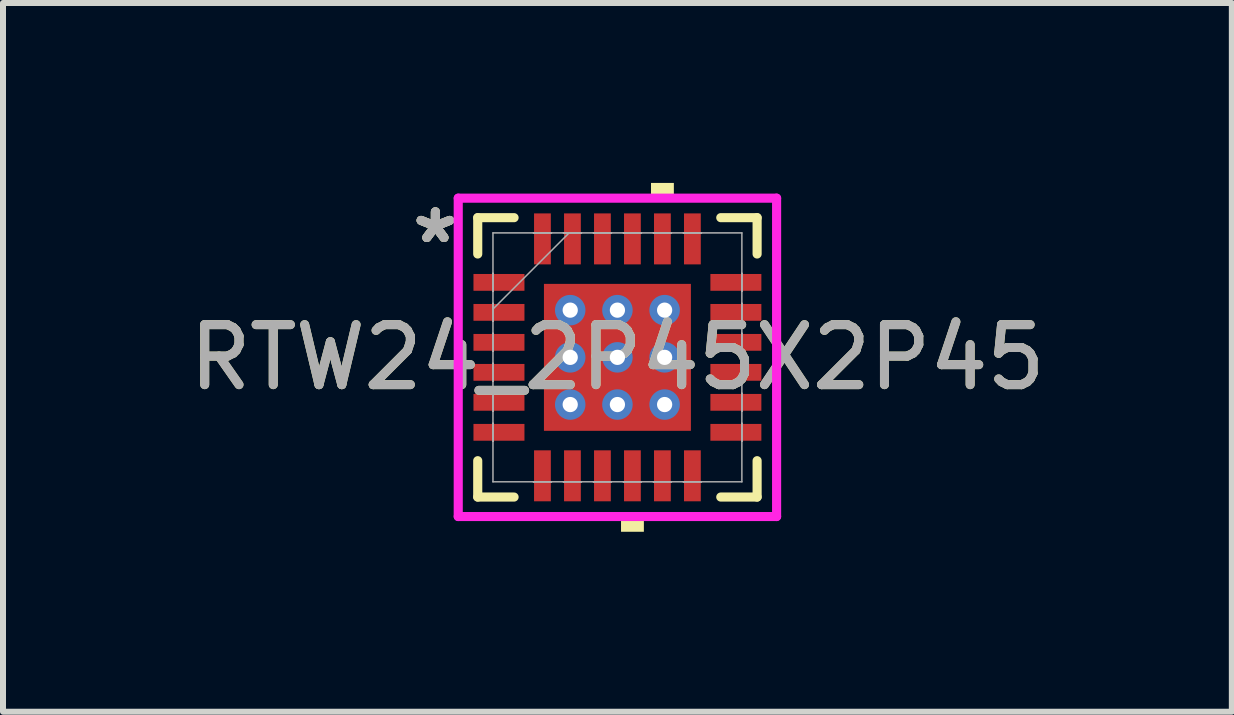
<source format=kicad_pcb>
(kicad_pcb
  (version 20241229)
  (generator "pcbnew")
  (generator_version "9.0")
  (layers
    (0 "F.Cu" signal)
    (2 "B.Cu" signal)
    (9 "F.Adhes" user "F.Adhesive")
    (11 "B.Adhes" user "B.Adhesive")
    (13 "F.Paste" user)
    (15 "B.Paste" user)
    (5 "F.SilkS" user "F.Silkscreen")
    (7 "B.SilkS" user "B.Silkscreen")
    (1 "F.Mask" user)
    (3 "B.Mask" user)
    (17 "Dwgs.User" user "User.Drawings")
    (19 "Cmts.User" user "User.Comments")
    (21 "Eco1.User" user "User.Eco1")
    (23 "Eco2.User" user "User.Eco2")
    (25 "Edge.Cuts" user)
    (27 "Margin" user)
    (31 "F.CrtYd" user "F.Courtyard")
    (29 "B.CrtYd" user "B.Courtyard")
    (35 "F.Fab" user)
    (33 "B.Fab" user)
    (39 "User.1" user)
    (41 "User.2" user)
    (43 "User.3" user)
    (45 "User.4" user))
  (footprint "RTW24_2P45X2P45"
    (layer "F.Cu")
    (at 7.244 2.908)
    (property "Reference" "RTW24_2P45X2P45" (at 0 0 0) (unlocked yes) (layer "F.SilkS") (effects (font (size 1 1) (thickness 0.15))))
    (attr smd)
    (fp_poly (pts (xy -2.47 -1.46) (xy -2.47 -1.04) (xy -1.48 -1.04) (xy -1.48 -1.46)) (stroke (width 0) (type solid)) (fill yes) (layer "F.Mask"))
    (fp_poly (pts (xy -2.47 -0.96) (xy -2.47 -0.54) (xy -1.48 -0.54) (xy -1.48 -0.96)) (stroke (width 0) (type solid)) (fill yes) (layer "F.Mask"))
    (fp_poly (pts (xy -2.47 -0.46) (xy -2.47 -0.04) (xy -1.48 -0.04) (xy -1.48 -0.46)) (stroke (width 0) (type solid)) (fill yes) (layer "F.Mask"))
    (fp_poly (pts (xy -2.47 0.04) (xy -2.47 0.46) (xy -1.48 0.46) (xy -1.48 0.04)) (stroke (width 0) (type solid)) (fill yes) (layer "F.Mask"))
    (fp_poly (pts (xy -2.47 0.54) (xy -2.47 0.96) (xy -1.48 0.96) (xy -1.48 0.54)) (stroke (width 0) (type solid)) (fill yes) (layer "F.Mask"))
    (fp_poly (pts (xy -2.47 1.04) (xy -2.47 1.46) (xy -1.48 1.46) (xy -1.48 1.04)) (stroke (width 0) (type solid)) (fill yes) (layer "F.Mask"))
    (fp_poly (pts (xy -1.46 -2.47) (xy -1.46 -1.48) (xy -1.04 -1.48) (xy -1.04 -2.47)) (stroke (width 0) (type solid)) (fill yes) (layer "F.Mask"))
    (fp_poly (pts (xy -1.46 1.48) (xy -1.46 2.47) (xy -1.04 2.47) (xy -1.04 1.48)) (stroke (width 0) (type solid)) (fill yes) (layer "F.Mask"))
    (fp_poly (pts (xy -1.288 -1.288) (xy -0.987 -1.288) (xy -0.987 1.288) (xy -1.288 1.288)) (stroke (width 0) (type solid)) (fill yes) (layer "F.Mask"))
    (fp_poly (pts (xy -1.288 -1.288) (xy 1.288 -1.288) (xy 1.288 -0.987) (xy -1.288 -0.987)) (stroke (width 0) (type solid)) (fill yes) (layer "F.Mask"))
    (fp_poly (pts (xy -1.288 -0.587) (xy 1.288 -0.587) (xy 1.288 -0.2) (xy -1.288 -0.2)) (stroke (width 0) (type solid)) (fill yes) (layer "F.Mask"))
    (fp_poly (pts (xy -1.288 0.2) (xy 1.288 0.2) (xy 1.288 0.587) (xy -1.288 0.587)) (stroke (width 0) (type solid)) (fill yes) (layer "F.Mask"))
    (fp_poly (pts (xy -1.288 0.987) (xy 1.288 0.987) (xy 1.288 1.288) (xy -1.288 1.288)) (stroke (width 0) (type solid)) (fill yes) (layer "F.Mask"))
    (fp_poly (pts (xy -0.96 -2.47) (xy -0.96 -1.48) (xy -0.54 -1.48) (xy -0.54 -2.47)) (stroke (width 0) (type solid)) (fill yes) (layer "F.Mask"))
    (fp_poly (pts (xy -0.96 1.48) (xy -0.96 2.47) (xy -0.54 2.47) (xy -0.54 1.48)) (stroke (width 0) (type solid)) (fill yes) (layer "F.Mask"))
    (fp_poly (pts (xy -0.46 -2.47) (xy -0.46 -1.48) (xy -0.04 -1.48) (xy -0.04 -2.47)) (stroke (width 0) (type solid)) (fill yes) (layer "F.Mask"))
    (fp_poly (pts (xy -0.46 1.48) (xy -0.46 2.47) (xy -0.04 2.47) (xy -0.04 1.48)) (stroke (width 0) (type solid)) (fill yes) (layer "F.Mask"))
    (fp_poly (pts (xy -0.2 -1.288) (xy -0.587 -1.288) (xy -0.587 1.288) (xy -0.2 1.288)) (stroke (width 0) (type solid)) (fill yes) (layer "F.Mask"))
    (fp_poly (pts (xy 0.04 -2.47) (xy 0.04 -1.48) (xy 0.46 -1.48) (xy 0.46 -2.47)) (stroke (width 0) (type solid)) (fill yes) (layer "F.Mask"))
    (fp_poly (pts (xy 0.04 1.48) (xy 0.04 2.47) (xy 0.46 2.47) (xy 0.46 1.48)) (stroke (width 0) (type solid)) (fill yes) (layer "F.Mask"))
    (fp_poly (pts (xy 0.54 -2.47) (xy 0.54 -1.48) (xy 0.96 -1.48) (xy 0.96 -2.47)) (stroke (width 0) (type solid)) (fill yes) (layer "F.Mask"))
    (fp_poly (pts (xy 0.54 1.48) (xy 0.54 2.47) (xy 0.96 2.47) (xy 0.96 1.48)) (stroke (width 0) (type solid)) (fill yes) (layer "F.Mask"))
    (fp_poly (pts (xy 0.587 -1.288) (xy 0.2 -1.288) (xy 0.2 1.288) (xy 0.587 1.288)) (stroke (width 0) (type solid)) (fill yes) (layer "F.Mask"))
    (fp_poly (pts (xy 0.987 -1.288) (xy 1.288 -1.288) (xy 1.288 1.288) (xy 0.987 1.288)) (stroke (width 0) (type solid)) (fill yes) (layer "F.Mask"))
    (fp_poly (pts (xy 1.04 -2.47) (xy 1.04 -1.48) (xy 1.46 -1.48) (xy 1.46 -2.47)) (stroke (width 0) (type solid)) (fill yes) (layer "F.Mask"))
    (fp_poly (pts (xy 1.04 1.48) (xy 1.04 2.47) (xy 1.46 2.47) (xy 1.46 1.48)) (stroke (width 0) (type solid)) (fill yes) (layer "F.Mask"))
    (fp_poly (pts (xy 1.48 -1.46) (xy 1.48 -1.04) (xy 2.47 -1.04) (xy 2.47 -1.46)) (stroke (width 0) (type solid)) (fill yes) (layer "F.Mask"))
    (fp_poly (pts (xy 1.48 -0.96) (xy 1.48 -0.54) (xy 2.47 -0.54) (xy 2.47 -0.96)) (stroke (width 0) (type solid)) (fill yes) (layer "F.Mask"))
    (fp_poly (pts (xy 1.48 -0.46) (xy 1.48 -0.04) (xy 2.47 -0.04) (xy 2.47 -0.46)) (stroke (width 0) (type solid)) (fill yes) (layer "F.Mask"))
    (fp_poly (pts (xy 1.48 0.04) (xy 1.48 0.46) (xy 2.47 0.46) (xy 2.47 0.04)) (stroke (width 0) (type solid)) (fill yes) (layer "F.Mask"))
    (fp_poly (pts (xy 1.48 0.54) (xy 1.48 0.96) (xy 2.47 0.96) (xy 2.47 0.54)) (stroke (width 0) (type solid)) (fill yes) (layer "F.Mask"))
    (fp_poly (pts (xy 1.48 1.04) (xy 1.48 1.46) (xy 2.47 1.46) (xy 2.47 1.04)) (stroke (width 0) (type solid)) (fill yes) (layer "F.Mask"))
    (fp_line (start -2.329 -2.329) (end -2.329 -1.723) (stroke (width 0.152) (type solid)) (layer "F.SilkS"))
    (fp_line (start -2.329 1.723) (end -2.329 2.329) (stroke (width 0.152) (type solid)) (layer "F.SilkS"))
    (fp_line (start -2.329 2.329) (end -1.723 2.329) (stroke (width 0.152) (type solid)) (layer "F.SilkS"))
    (fp_line (start -1.723 -2.329) (end -2.329 -2.329) (stroke (width 0.152) (type solid)) (layer "F.SilkS"))
    (fp_line (start 1.723 2.329) (end 2.329 2.329) (stroke (width 0.152) (type solid)) (layer "F.SilkS"))
    (fp_line (start 2.329 -2.329) (end 1.723 -2.329) (stroke (width 0.152) (type solid)) (layer "F.SilkS"))
    (fp_line (start 2.329 -1.723) (end 2.329 -2.329) (stroke (width 0.152) (type solid)) (layer "F.SilkS"))
    (fp_line (start 2.329 2.329) (end 2.329 1.723) (stroke (width 0.152) (type solid)) (layer "F.SilkS"))
    (fp_poly (pts (xy 0.06 2.654) (xy 0.06 2.908) (xy 0.441 2.908) (xy 0.441 2.654)) (stroke (width 0) (type solid)) (fill yes) (layer "F.SilkS"))
    (fp_poly (pts (xy 0.56 -2.654) (xy 0.56 -2.908) (xy 0.941 -2.908) (xy 0.941 -2.654)) (stroke (width 0) (type solid)) (fill yes) (layer "F.SilkS"))
    (fp_poly (pts (xy -2.375 -1.365) (xy -2.375 -1.135) (xy -1.575 -1.135) (xy -1.575 -1.365)) (stroke (width 0) (type solid)) (fill yes) (layer "F.Paste"))
    (fp_poly (pts (xy -2.375 -0.865) (xy -2.375 -0.635) (xy -1.575 -0.635) (xy -1.575 -0.865)) (stroke (width 0) (type solid)) (fill yes) (layer "F.Paste"))
    (fp_poly (pts (xy -2.375 -0.365) (xy -2.375 -0.135) (xy -1.575 -0.135) (xy -1.575 -0.365)) (stroke (width 0) (type solid)) (fill yes) (layer "F.Paste"))
    (fp_poly (pts (xy -2.375 0.135) (xy -2.375 0.365) (xy -1.575 0.365) (xy -1.575 0.135)) (stroke (width 0) (type solid)) (fill yes) (layer "F.Paste"))
    (fp_poly (pts (xy -2.375 0.635) (xy -2.375 0.865) (xy -1.575 0.865) (xy -1.575 0.635)) (stroke (width 0) (type solid)) (fill yes) (layer "F.Paste"))
    (fp_poly (pts (xy -2.375 1.135) (xy -2.375 1.365) (xy -1.575 1.365) (xy -1.575 1.135)) (stroke (width 0) (type solid)) (fill yes) (layer "F.Paste"))
    (fp_poly (pts (xy -1.365 -2.375) (xy -1.365 -1.575) (xy -1.135 -1.575) (xy -1.135 -2.375)) (stroke (width 0) (type solid)) (fill yes) (layer "F.Paste"))
    (fp_poly (pts (xy -1.365 1.575) (xy -1.365 2.375) (xy -1.135 2.375) (xy -1.135 1.575)) (stroke (width 0) (type solid)) (fill yes) (layer "F.Paste"))
    (fp_poly (pts (xy -0.865 -2.375) (xy -0.865 -1.575) (xy -0.635 -1.575) (xy -0.635 -2.375)) (stroke (width 0) (type solid)) (fill yes) (layer "F.Paste"))
    (fp_poly (pts (xy -0.865 1.575) (xy -0.865 2.375) (xy -0.635 2.375) (xy -0.635 1.575)) (stroke (width 0) (type solid)) (fill yes) (layer "F.Paste"))
    (fp_poly (pts (xy -0.365 -2.375) (xy -0.365 -1.575) (xy -0.135 -1.575) (xy -0.135 -2.375)) (stroke (width 0) (type solid)) (fill yes) (layer "F.Paste"))
    (fp_poly (pts (xy -0.365 1.575) (xy -0.365 2.375) (xy -0.135 2.375) (xy -0.135 1.575)) (stroke (width 0) (type solid)) (fill yes) (layer "F.Paste"))
    (fp_poly (pts (xy 0.135 -2.375) (xy 0.135 -1.575) (xy 0.365 -1.575) (xy 0.365 -2.375)) (stroke (width 0) (type solid)) (fill yes) (layer "F.Paste"))
    (fp_poly (pts (xy 0.135 1.575) (xy 0.135 2.375) (xy 0.365 2.375) (xy 0.365 1.575)) (stroke (width 0) (type solid)) (fill yes) (layer "F.Paste"))
    (fp_poly (pts (xy 0.635 -2.375) (xy 0.635 -1.575) (xy 0.865 -1.575) (xy 0.865 -2.375)) (stroke (width 0) (type solid)) (fill yes) (layer "F.Paste"))
    (fp_poly (pts (xy 0.635 1.575) (xy 0.635 2.375) (xy 0.865 2.375) (xy 0.865 1.575)) (stroke (width 0) (type solid)) (fill yes) (layer "F.Paste"))
    (fp_poly (pts (xy 1.135 -2.375) (xy 1.135 -1.575) (xy 1.365 -1.575) (xy 1.365 -2.375)) (stroke (width 0) (type solid)) (fill yes) (layer "F.Paste"))
    (fp_poly (pts (xy 1.135 1.575) (xy 1.135 2.375) (xy 1.365 2.375) (xy 1.365 1.575)) (stroke (width 0) (type solid)) (fill yes) (layer "F.Paste"))
    (fp_poly (pts (xy 1.575 -1.365) (xy 1.575 -1.135) (xy 2.375 -1.135) (xy 2.375 -1.365)) (stroke (width 0) (type solid)) (fill yes) (layer "F.Paste"))
    (fp_poly (pts (xy 1.575 -0.865) (xy 1.575 -0.635) (xy 2.375 -0.635) (xy 2.375 -0.865)) (stroke (width 0) (type solid)) (fill yes) (layer "F.Paste"))
    (fp_poly (pts (xy 1.575 -0.365) (xy 1.575 -0.135) (xy 2.375 -0.135) (xy 2.375 -0.365)) (stroke (width 0) (type solid)) (fill yes) (layer "F.Paste"))
    (fp_poly (pts (xy 1.575 0.135) (xy 1.575 0.365) (xy 2.375 0.365) (xy 2.375 0.135)) (stroke (width 0) (type solid)) (fill yes) (layer "F.Paste"))
    (fp_poly (pts (xy 1.575 0.635) (xy 1.575 0.865) (xy 2.375 0.865) (xy 2.375 0.635)) (stroke (width 0) (type solid)) (fill yes) (layer "F.Paste"))
    (fp_poly (pts (xy 1.575 1.135) (xy 1.575 1.365) (xy 2.375 1.365) (xy 2.375 1.135)) (stroke (width 0) (type solid)) (fill yes) (layer "F.Paste"))
    (fp_poly (pts (xy -1.15 -1.15) (xy -1.15 -0.887) (xy -1.029 -0.887) (xy -0.887 -1.029) (xy -0.887 -1.15)) (stroke (width 0) (type solid)) (fill yes) (layer "F.Paste"))
    (fp_poly (pts (xy -1.15 0.887) (xy -1.15 1.15) (xy -0.887 1.15) (xy -0.887 1.029) (xy -1.029 0.887)) (stroke (width 0) (type solid)) (fill yes) (layer "F.Paste"))
    (fp_poly (pts (xy 0.887 -1.15) (xy 0.887 -1.029) (xy 1.029 -0.887) (xy 1.15 -0.887) (xy 1.15 -1.15)) (stroke (width 0) (type solid)) (fill yes) (layer "F.Paste"))
    (fp_poly (pts (xy 1.029 0.887) (xy 0.887 1.029) (xy 0.887 1.15) (xy 1.15 1.15) (xy 1.15 0.887)) (stroke (width 0) (type solid)) (fill yes) (layer "F.Paste"))
    (fp_poly (pts (xy -1.15 -0.687) (xy -1.15 -0.1) (xy -1.029 -0.1) (xy -0.887 -0.241) (xy -0.887 -0.546) (xy -1.029 -0.687)) (stroke (width 0) (type solid)) (fill yes) (layer "F.Paste"))
    (fp_poly (pts (xy -1.15 0.1) (xy -1.15 0.687) (xy -1.029 0.687) (xy -0.887 0.546) (xy -0.887 0.241) (xy -1.029 0.1)) (stroke (width 0) (type solid)) (fill yes) (layer "F.Paste"))
    (fp_poly (pts (xy -0.687 -1.15) (xy -0.687 -1.029) (xy -0.546 -0.887) (xy -0.241 -0.887) (xy -0.1 -1.029) (xy -0.1 -1.15)) (stroke (width 0) (type solid)) (fill yes) (layer "F.Paste"))
    (fp_poly (pts (xy -0.546 0.887) (xy -0.687 1.029) (xy -0.687 1.15) (xy -0.1 1.15) (xy -0.1 1.029) (xy -0.241 0.887)) (stroke (width 0) (type solid)) (fill yes) (layer "F.Paste"))
    (fp_poly (pts (xy 0.1 -1.15) (xy 0.1 -1.029) (xy 0.241 -0.887) (xy 0.546 -0.887) (xy 0.687 -1.029) (xy 0.687 -1.15)) (stroke (width 0) (type solid)) (fill yes) (layer "F.Paste"))
    (fp_poly (pts (xy 0.241 0.887) (xy 0.1 1.029) (xy 0.1 1.15) (xy 0.687 1.15) (xy 0.687 1.029) (xy 0.546 0.887)) (stroke (width 0) (type solid)) (fill yes) (layer "F.Paste"))
    (fp_poly (pts (xy 1.029 -0.687) (xy 0.887 -0.546) (xy 0.887 -0.241) (xy 1.029 -0.1) (xy 1.15 -0.1) (xy 1.15 -0.687)) (stroke (width 0) (type solid)) (fill yes) (layer "F.Paste"))
    (fp_poly (pts (xy 1.029 0.1) (xy 0.887 0.241) (xy 0.887 0.546) (xy 1.029 0.687) (xy 1.15 0.687) (xy 1.15 0.1)) (stroke (width 0) (type solid)) (fill yes) (layer "F.Paste"))
    (fp_poly (pts (xy -0.546 -0.687) (xy -0.687 -0.546) (xy -0.687 -0.241) (xy -0.546 -0.1) (xy -0.241 -0.1) (xy -0.1 -0.241) (xy -0.1 -0.546) (xy -0.241 -0.687)) (stroke (width 0) (type solid)) (fill yes) (layer "F.Paste"))
    (fp_poly (pts (xy -0.546 0.1) (xy -0.687 0.241) (xy -0.687 0.546) (xy -0.546 0.687) (xy -0.241 0.687) (xy -0.1 0.546) (xy -0.1 0.241) (xy -0.241 0.1)) (stroke (width 0) (type solid)) (fill yes) (layer "F.Paste"))
    (fp_poly (pts (xy 0.241 -0.687) (xy 0.1 -0.546) (xy 0.1 -0.241) (xy 0.241 -0.1) (xy 0.546 -0.1) (xy 0.687 -0.241) (xy 0.687 -0.546) (xy 0.546 -0.687)) (stroke (width 0) (type solid)) (fill yes) (layer "F.Paste"))
    (fp_poly (pts (xy 0.241 0.1) (xy 0.1 0.241) (xy 0.1 0.546) (xy 0.241 0.687) (xy 0.546 0.687) (xy 0.687 0.546) (xy 0.687 0.241) (xy 0.546 0.1)) (stroke (width 0) (type solid)) (fill yes) (layer "F.Paste"))
    (fp_line (start -2.654 -2.654) (end 2.654 -2.654) (stroke (width 0.152) (type solid)) (layer "F.CrtYd"))
    (fp_line (start -2.654 2.654) (end -2.654 -2.654) (stroke (width 0.152) (type solid)) (layer "F.CrtYd"))
    (fp_line (start 2.654 -2.654) (end 2.654 2.654) (stroke (width 0.152) (type solid)) (layer "F.CrtYd"))
    (fp_line (start 2.654 2.654) (end -2.654 2.654) (stroke (width 0.152) (type solid)) (layer "F.CrtYd"))
    (fp_line (start -2.075 -2.075) (end -2.075 2.075) (stroke (width 0.025) (type solid)) (layer "F.Fab"))
    (fp_line (start -2.075 -1.4) (end -2.075 -1.4) (stroke (width 0.025) (type solid)) (layer "F.Fab"))
    (fp_line (start -2.075 -1.4) (end -2.075 -1.1) (stroke (width 0.025) (type solid)) (layer "F.Fab"))
    (fp_line (start -2.075 -1.1) (end -2.075 -1.4) (stroke (width 0.025) (type solid)) (layer "F.Fab"))
    (fp_line (start -2.075 -1.1) (end -2.075 -1.1) (stroke (width 0.025) (type solid)) (layer "F.Fab"))
    (fp_line (start -2.075 -0.9) (end -2.075 -0.9) (stroke (width 0.025) (type solid)) (layer "F.Fab"))
    (fp_line (start -2.075 -0.9) (end -2.075 -0.6) (stroke (width 0.025) (type solid)) (layer "F.Fab"))
    (fp_line (start -2.075 -0.805) (end -0.805 -2.075) (stroke (width 0.025) (type solid)) (layer "F.Fab"))
    (fp_line (start -2.075 -0.6) (end -2.075 -0.9) (stroke (width 0.025) (type solid)) (layer "F.Fab"))
    (fp_line (start -2.075 -0.6) (end -2.075 -0.6) (stroke (width 0.025) (type solid)) (layer "F.Fab"))
    (fp_line (start -2.075 -0.4) (end -2.075 -0.4) (stroke (width 0.025) (type solid)) (layer "F.Fab"))
    (fp_line (start -2.075 -0.4) (end -2.075 -0.1) (stroke (width 0.025) (type solid)) (layer "F.Fab"))
    (fp_line (start -2.075 -0.1) (end -2.075 -0.4) (stroke (width 0.025) (type solid)) (layer "F.Fab"))
    (fp_line (start -2.075 -0.1) (end -2.075 -0.1) (stroke (width 0.025) (type solid)) (layer "F.Fab"))
    (fp_line (start -2.075 0.1) (end -2.075 0.1) (stroke (width 0.025) (type solid)) (layer "F.Fab"))
    (fp_line (start -2.075 0.1) (end -2.075 0.4) (stroke (width 0.025) (type solid)) (layer "F.Fab"))
    (fp_line (start -2.075 0.4) (end -2.075 0.1) (stroke (width 0.025) (type solid)) (layer "F.Fab"))
    (fp_line (start -2.075 0.4) (end -2.075 0.4) (stroke (width 0.025) (type solid)) (layer "F.Fab"))
    (fp_line (start -2.075 0.6) (end -2.075 0.6) (stroke (width 0.025) (type solid)) (layer "F.Fab"))
    (fp_line (start -2.075 0.6) (end -2.075 0.9) (stroke (width 0.025) (type solid)) (layer "F.Fab"))
    (fp_line (start -2.075 0.9) (end -2.075 0.6) (stroke (width 0.025) (type solid)) (layer "F.Fab"))
    (fp_line (start -2.075 0.9) (end -2.075 0.9) (stroke (width 0.025) (type solid)) (layer "F.Fab"))
    (fp_line (start -2.075 1.1) (end -2.075 1.1) (stroke (width 0.025) (type solid)) (layer "F.Fab"))
    (fp_line (start -2.075 1.1) (end -2.075 1.4) (stroke (width 0.025) (type solid)) (layer "F.Fab"))
    (fp_line (start -2.075 1.4) (end -2.075 1.1) (stroke (width 0.025) (type solid)) (layer "F.Fab"))
    (fp_line (start -2.075 1.4) (end -2.075 1.4) (stroke (width 0.025) (type solid)) (layer "F.Fab"))
    (fp_line (start -2.075 2.075) (end 2.075 2.075) (stroke (width 0.025) (type solid)) (layer "F.Fab"))
    (fp_line (start -1.4 -2.075) (end -1.4 -2.075) (stroke (width 0.025) (type solid)) (layer "F.Fab"))
    (fp_line (start -1.4 -2.075) (end -1.1 -2.075) (stroke (width 0.025) (type solid)) (layer "F.Fab"))
    (fp_line (start -1.4 2.075) (end -1.4 2.075) (stroke (width 0.025) (type solid)) (layer "F.Fab"))
    (fp_line (start -1.4 2.075) (end -1.1 2.075) (stroke (width 0.025) (type solid)) (layer "F.Fab"))
    (fp_line (start -1.1 -2.075) (end -1.4 -2.075) (stroke (width 0.025) (type solid)) (layer "F.Fab"))
    (fp_line (start -1.1 -2.075) (end -1.1 -2.075) (stroke (width 0.025) (type solid)) (layer "F.Fab"))
    (fp_line (start -1.1 2.075) (end -1.4 2.075) (stroke (width 0.025) (type solid)) (layer "F.Fab"))
    (fp_line (start -1.1 2.075) (end -1.1 2.075) (stroke (width 0.025) (type solid)) (layer "F.Fab"))
    (fp_line (start -0.9 -2.075) (end -0.9 -2.075) (stroke (width 0.025) (type solid)) (layer "F.Fab"))
    (fp_line (start -0.9 -2.075) (end -0.6 -2.075) (stroke (width 0.025) (type solid)) (layer "F.Fab"))
    (fp_line (start -0.9 2.075) (end -0.9 2.075) (stroke (width 0.025) (type solid)) (layer "F.Fab"))
    (fp_line (start -0.9 2.075) (end -0.6 2.075) (stroke (width 0.025) (type solid)) (layer "F.Fab"))
    (fp_line (start -0.6 -2.075) (end -0.9 -2.075) (stroke (width 0.025) (type solid)) (layer "F.Fab"))
    (fp_line (start -0.6 -2.075) (end -0.6 -2.075) (stroke (width 0.025) (type solid)) (layer "F.Fab"))
    (fp_line (start -0.6 2.075) (end -0.9 2.075) (stroke (width 0.025) (type solid)) (layer "F.Fab"))
    (fp_line (start -0.6 2.075) (end -0.6 2.075) (stroke (width 0.025) (type solid)) (layer "F.Fab"))
    (fp_line (start -0.4 -2.075) (end -0.4 -2.075) (stroke (width 0.025) (type solid)) (layer "F.Fab"))
    (fp_line (start -0.4 -2.075) (end -0.1 -2.075) (stroke (width 0.025) (type solid)) (layer "F.Fab"))
    (fp_line (start -0.4 2.075) (end -0.4 2.075) (stroke (width 0.025) (type solid)) (layer "F.Fab"))
    (fp_line (start -0.4 2.075) (end -0.1 2.075) (stroke (width 0.025) (type solid)) (layer "F.Fab"))
    (fp_line (start -0.1 -2.075) (end -0.4 -2.075) (stroke (width 0.025) (type solid)) (layer "F.Fab"))
    (fp_line (start -0.1 -2.075) (end -0.1 -2.075) (stroke (width 0.025) (type solid)) (layer "F.Fab"))
    (fp_line (start -0.1 2.075) (end -0.4 2.075) (stroke (width 0.025) (type solid)) (layer "F.Fab"))
    (fp_line (start -0.1 2.075) (end -0.1 2.075) (stroke (width 0.025) (type solid)) (layer "F.Fab"))
    (fp_line (start 0.1 -2.075) (end 0.1 -2.075) (stroke (width 0.025) (type solid)) (layer "F.Fab"))
    (fp_line (start 0.1 -2.075) (end 0.4 -2.075) (stroke (width 0.025) (type solid)) (layer "F.Fab"))
    (fp_line (start 0.1 2.075) (end 0.1 2.075) (stroke (width 0.025) (type solid)) (layer "F.Fab"))
    (fp_line (start 0.1 2.075) (end 0.4 2.075) (stroke (width 0.025) (type solid)) (layer "F.Fab"))
    (fp_line (start 0.4 -2.075) (end 0.1 -2.075) (stroke (width 0.025) (type solid)) (layer "F.Fab"))
    (fp_line (start 0.4 -2.075) (end 0.4 -2.075) (stroke (width 0.025) (type solid)) (layer "F.Fab"))
    (fp_line (start 0.4 2.075) (end 0.1 2.075) (stroke (width 0.025) (type solid)) (layer "F.Fab"))
    (fp_line (start 0.4 2.075) (end 0.4 2.075) (stroke (width 0.025) (type solid)) (layer "F.Fab"))
    (fp_line (start 0.6 -2.075) (end 0.6 -2.075) (stroke (width 0.025) (type solid)) (layer "F.Fab"))
    (fp_line (start 0.6 -2.075) (end 0.9 -2.075) (stroke (width 0.025) (type solid)) (layer "F.Fab"))
    (fp_line (start 0.6 2.075) (end 0.6 2.075) (stroke (width 0.025) (type solid)) (layer "F.Fab"))
    (fp_line (start 0.6 2.075) (end 0.9 2.075) (stroke (width 0.025) (type solid)) (layer "F.Fab"))
    (fp_line (start 0.9 -2.075) (end 0.6 -2.075) (stroke (width 0.025) (type solid)) (layer "F.Fab"))
    (fp_line (start 0.9 -2.075) (end 0.9 -2.075) (stroke (width 0.025) (type solid)) (layer "F.Fab"))
    (fp_line (start 0.9 2.075) (end 0.6 2.075) (stroke (width 0.025) (type solid)) (layer "F.Fab"))
    (fp_line (start 0.9 2.075) (end 0.9 2.075) (stroke (width 0.025) (type solid)) (layer "F.Fab"))
    (fp_line (start 1.1 -2.075) (end 1.1 -2.075) (stroke (width 0.025) (type solid)) (layer "F.Fab"))
    (fp_line (start 1.1 -2.075) (end 1.4 -2.075) (stroke (width 0.025) (type solid)) (layer "F.Fab"))
    (fp_line (start 1.1 2.075) (end 1.1 2.075) (stroke (width 0.025) (type solid)) (layer "F.Fab"))
    (fp_line (start 1.1 2.075) (end 1.4 2.075) (stroke (width 0.025) (type solid)) (layer "F.Fab"))
    (fp_line (start 1.4 -2.075) (end 1.1 -2.075) (stroke (width 0.025) (type solid)) (layer "F.Fab"))
    (fp_line (start 1.4 -2.075) (end 1.4 -2.075) (stroke (width 0.025) (type solid)) (layer "F.Fab"))
    (fp_line (start 1.4 2.075) (end 1.1 2.075) (stroke (width 0.025) (type solid)) (layer "F.Fab"))
    (fp_line (start 1.4 2.075) (end 1.4 2.075) (stroke (width 0.025) (type solid)) (layer "F.Fab"))
    (fp_line (start 2.075 -2.075) (end -2.075 -2.075) (stroke (width 0.025) (type solid)) (layer "F.Fab"))
    (fp_line (start 2.075 -1.4) (end 2.075 -1.4) (stroke (width 0.025) (type solid)) (layer "F.Fab"))
    (fp_line (start 2.075 -1.4) (end 2.075 -1.1) (stroke (width 0.025) (type solid)) (layer "F.Fab"))
    (fp_line (start 2.075 -1.1) (end 2.075 -1.4) (stroke (width 0.025) (type solid)) (layer "F.Fab"))
    (fp_line (start 2.075 -1.1) (end 2.075 -1.1) (stroke (width 0.025) (type solid)) (layer "F.Fab"))
    (fp_line (start 2.075 -0.9) (end 2.075 -0.9) (stroke (width 0.025) (type solid)) (layer "F.Fab"))
    (fp_line (start 2.075 -0.9) (end 2.075 -0.6) (stroke (width 0.025) (type solid)) (layer "F.Fab"))
    (fp_line (start 2.075 -0.6) (end 2.075 -0.9) (stroke (width 0.025) (type solid)) (layer "F.Fab"))
    (fp_line (start 2.075 -0.6) (end 2.075 -0.6) (stroke (width 0.025) (type solid)) (layer "F.Fab"))
    (fp_line (start 2.075 -0.4) (end 2.075 -0.4) (stroke (width 0.025) (type solid)) (layer "F.Fab"))
    (fp_line (start 2.075 -0.4) (end 2.075 -0.1) (stroke (width 0.025) (type solid)) (layer "F.Fab"))
    (fp_line (start 2.075 -0.1) (end 2.075 -0.4) (stroke (width 0.025) (type solid)) (layer "F.Fab"))
    (fp_line (start 2.075 -0.1) (end 2.075 -0.1) (stroke (width 0.025) (type solid)) (layer "F.Fab"))
    (fp_line (start 2.075 0.1) (end 2.075 0.1) (stroke (width 0.025) (type solid)) (layer "F.Fab"))
    (fp_line (start 2.075 0.1) (end 2.075 0.4) (stroke (width 0.025) (type solid)) (layer "F.Fab"))
    (fp_line (start 2.075 0.4) (end 2.075 0.1) (stroke (width 0.025) (type solid)) (layer "F.Fab"))
    (fp_line (start 2.075 0.4) (end 2.075 0.4) (stroke (width 0.025) (type solid)) (layer "F.Fab"))
    (fp_line (start 2.075 0.6) (end 2.075 0.6) (stroke (width 0.025) (type solid)) (layer "F.Fab"))
    (fp_line (start 2.075 0.6) (end 2.075 0.9) (stroke (width 0.025) (type solid)) (layer "F.Fab"))
    (fp_line (start 2.075 0.9) (end 2.075 0.6) (stroke (width 0.025) (type solid)) (layer "F.Fab"))
    (fp_line (start 2.075 0.9) (end 2.075 0.9) (stroke (width 0.025) (type solid)) (layer "F.Fab"))
    (fp_line (start 2.075 1.1) (end 2.075 1.1) (stroke (width 0.025) (type solid)) (layer "F.Fab"))
    (fp_line (start 2.075 1.1) (end 2.075 1.4) (stroke (width 0.025) (type solid)) (layer "F.Fab"))
    (fp_line (start 2.075 1.4) (end 2.075 1.1) (stroke (width 0.025) (type solid)) (layer "F.Fab"))
    (fp_line (start 2.075 1.4) (end 2.075 1.4) (stroke (width 0.025) (type solid)) (layer "F.Fab"))
    (fp_line (start 2.075 2.075) (end 2.075 -2.075) (stroke (width 0.025) (type solid)) (layer "F.Fab"))
    (fp_text user "*" (at -3.035 -1.881 0) (layer "F.SilkS") (effects (font (size 1 1) (thickness 0.15))))
    (fp_text user "*" (at -3.035 -1.881 0) (unlocked yes) (layer "F.SilkS") (effects (font (size 1 1) (thickness 0.15))))
    (fp_text user "${REFERENCE}" (at 0 0 0) (unlocked yes) (layer "F.Fab") (effects (font (size 1 1) (thickness 0.15))))
    (fp_text user "*" (at -3.035 -1.881 0) (layer "F.Fab") (effects (font (size 1 1) (thickness 0.15))))
    (fp_text user "*" (at -3.035 -1.881 0) (unlocked yes) (layer "F.Fab") (effects (font (size 1 1) (thickness 0.15))))
    (pad "1" smd rect (at -1.975 -1.25 90) (size 0.28 0.85) (layers "F.Cu" "F.Mask"))
    (pad "2" smd rect (at -1.975 -0.75 90) (size 0.28 0.85) (layers "F.Cu" "F.Mask"))
    (pad "3" smd rect (at -1.975 -0.25 90) (size 0.28 0.85) (layers "F.Cu" "F.Mask"))
    (pad "4" smd rect (at -1.975 0.25 90) (size 0.28 0.85) (layers "F.Cu" "F.Mask"))
    (pad "5" smd rect (at -1.975 0.75 90) (size 0.28 0.85) (layers "F.Cu" "F.Mask"))
    (pad "6" smd rect (at -1.975 1.25 90) (size 0.28 0.85) (layers "F.Cu" "F.Mask"))
    (pad "7" smd rect (at -1.25 1.975) (size 0.28 0.85) (layers "F.Cu" "F.Mask"))
    (pad "8" smd rect (at -0.75 1.975) (size 0.28 0.85) (layers "F.Cu" "F.Mask"))
    (pad "9" smd rect (at -0.25 1.975) (size 0.28 0.85) (layers "F.Cu" "F.Mask"))
    (pad "10" smd rect (at 0.25 1.975) (size 0.28 0.85) (layers "F.Cu" "F.Mask"))
    (pad "11" smd rect (at 0.75 1.975) (size 0.28 0.85) (layers "F.Cu" "F.Mask"))
    (pad "12" smd rect (at 1.25 1.975) (size 0.28 0.85) (layers "F.Cu" "F.Mask"))
    (pad "13" smd rect (at 1.975 1.25 90) (size 0.28 0.85) (layers "F.Cu" "F.Mask"))
    (pad "14" smd rect (at 1.975 0.75 90) (size 0.28 0.85) (layers "F.Cu" "F.Mask"))
    (pad "15" smd rect (at 1.975 0.25 90) (size 0.28 0.85) (layers "F.Cu" "F.Mask"))
    (pad "16" smd rect (at 1.975 -0.25 90) (size 0.28 0.85) (layers "F.Cu" "F.Mask"))
    (pad "17" smd rect (at 1.975 -0.75 90) (size 0.28 0.85) (layers "F.Cu" "F.Mask"))
    (pad "18" smd rect (at 1.975 -1.25 90) (size 0.28 0.85) (layers "F.Cu" "F.Mask"))
    (pad "19" smd rect (at 1.25 -1.975) (size 0.28 0.85) (layers "F.Cu" "F.Mask"))
    (pad "20" smd rect (at 0.75 -1.975) (size 0.28 0.85) (layers "F.Cu" "F.Mask"))
    (pad "21" smd rect (at 0.25 -1.975) (size 0.28 0.85) (layers "F.Cu" "F.Mask"))
    (pad "22" smd rect (at -0.25 -1.975) (size 0.28 0.85) (layers "F.Cu" "F.Mask"))
    (pad "23" smd rect (at -0.75 -1.975) (size 0.28 0.85) (layers "F.Cu" "F.Mask"))
    (pad "24" smd rect (at -1.25 -1.975) (size 0.28 0.85) (layers "F.Cu" "F.Mask"))
    (pad "25" smd rect (at 0 0) (size 2.45 2.45) (layers "F.Cu"))
    (pad "V" thru_hole circle (at -0.787 -0.787) (size 0.508 0.508) (drill 0.254) (layers "*.Cu" "*.Mask"))
    (pad "V" thru_hole circle (at -0.787 0) (size 0.508 0.508) (drill 0.254) (layers "*.Cu" "*.Mask"))
    (pad "V" thru_hole circle (at -0.787 0.787) (size 0.508 0.508) (drill 0.254) (layers "*.Cu" "*.Mask"))
    (pad "V" thru_hole circle (at 0 -0.787) (size 0.508 0.508) (drill 0.254) (layers "*.Cu" "*.Mask"))
    (pad "V" thru_hole circle (at 0 0) (size 0.508 0.508) (drill 0.254) (layers "*.Cu" "*.Mask"))
    (pad "V" thru_hole circle (at 0 0.787) (size 0.508 0.508) (drill 0.254) (layers "*.Cu" "*.Mask"))
    (pad "V" thru_hole circle (at 0.787 -0.787) (size 0.508 0.508) (drill 0.254) (layers "*.Cu" "*.Mask"))
    (pad "V" thru_hole circle (at 0.787 0) (size 0.508 0.508) (drill 0.254) (layers "*.Cu" "*.Mask"))
    (pad "V" thru_hole circle (at 0.787 0.787) (size 0.508 0.508) (drill 0.254) (layers "*.Cu" "*.Mask")))
  (gr_rect
    (start -3 -3)
    (end 17.488 8.816)
    (stroke (width 0.1) (type default))
    (fill no)
    (layer "Edge.Cuts")))
</source>
